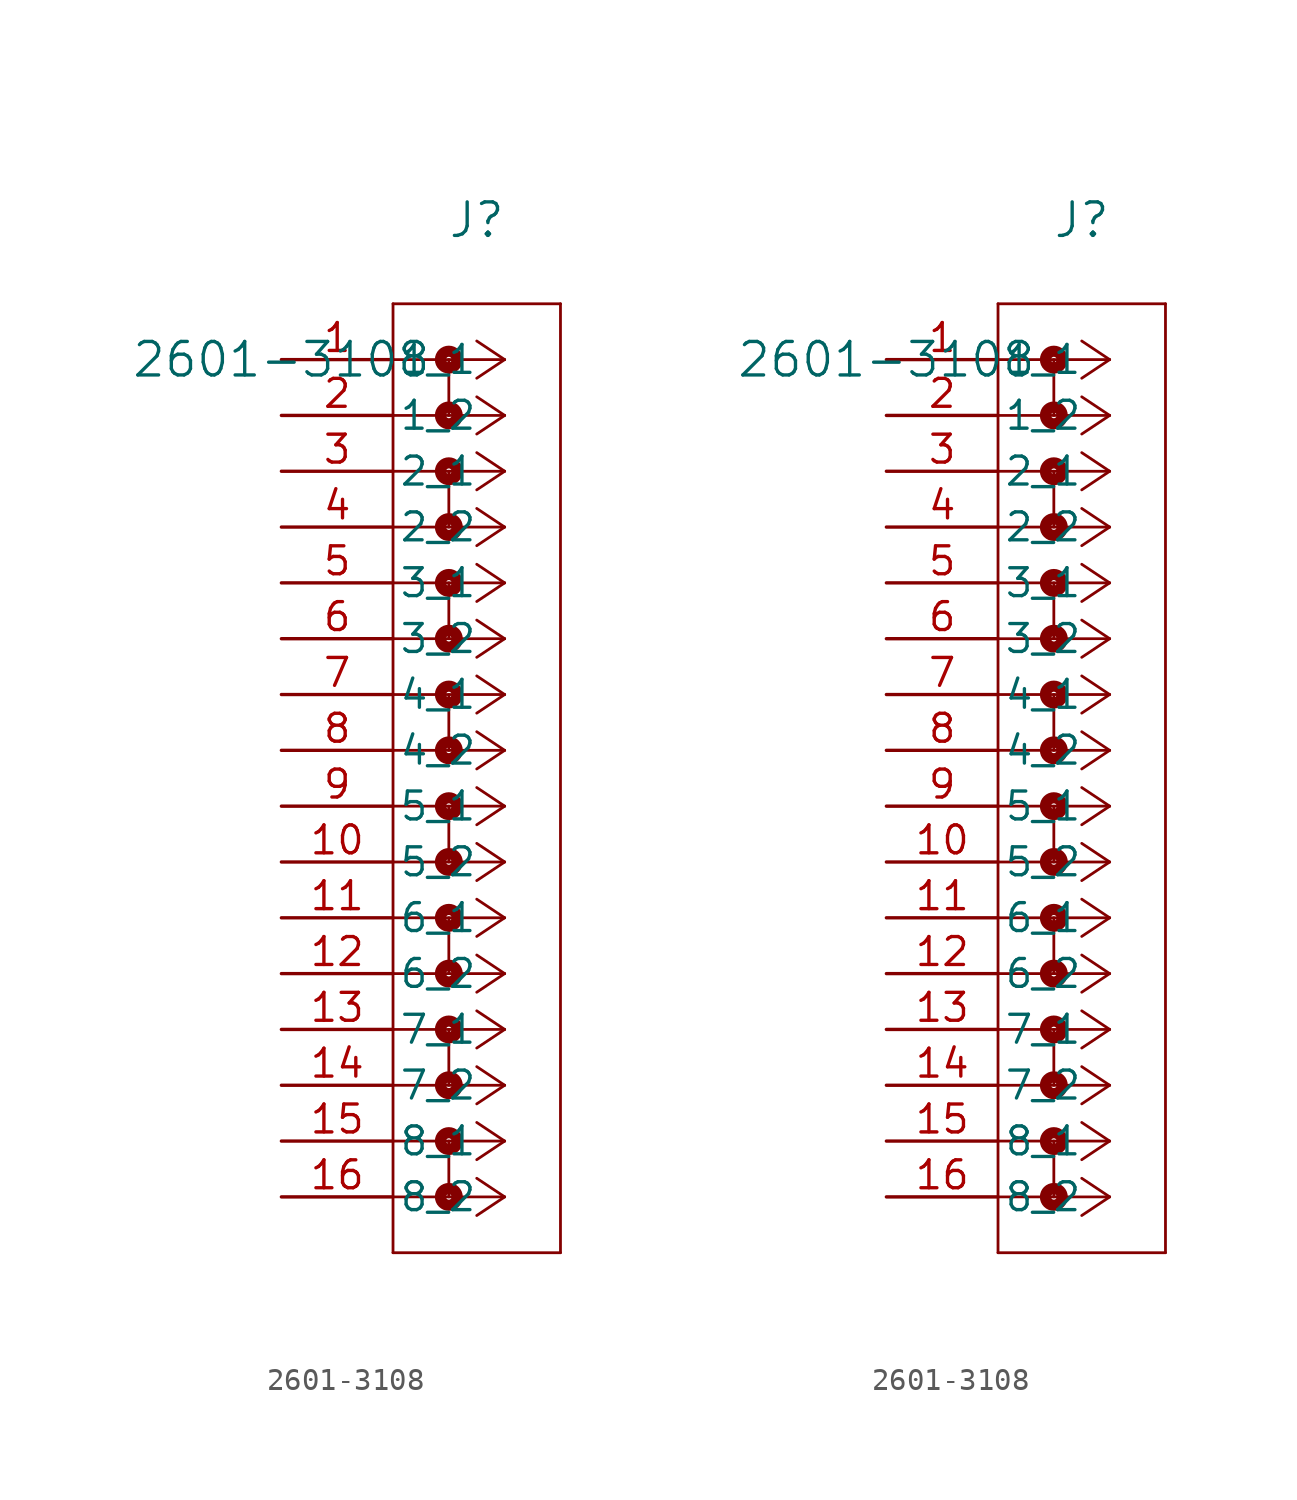
<source format=kicad_sym>
(kicad_symbol_lib
  (version 20211014)
  (generator kicad_symbol_editor)
  (symbol "2601-3108"
    (pin_names
      (offset 0.254))
    (property "Reference" "J"
      (at 8.89 6.35 0)
      (effects (font (size 1.524 1.524))))
    (property "Value" "2601-3108"
      (at 0 0 0)
      (effects (font (size 1.524 1.524))))
    (symbol "2601-3108_1_1"
      (polyline (pts (xy 10.16 0) (xy 5.08 0)) (stroke (width 0.127) (type default) (color 0 0 0 0)) (fill (type none)))
      (polyline (pts (xy 10.16 -2.54) (xy 5.08 -2.54)) (stroke (width 0.127) (type default) (color 0 0 0 0)) (fill (type none)))
      (polyline (pts (xy 10.16 -5.08) (xy 5.08 -5.08)) (stroke (width 0.127) (type default) (color 0 0 0 0)) (fill (type none)))
      (polyline (pts (xy 10.16 -7.62) (xy 5.08 -7.62)) (stroke (width 0.127) (type default) (color 0 0 0 0)) (fill (type none)))
      (polyline (pts (xy 10.16 -10.16) (xy 5.08 -10.16)) (stroke (width 0.127) (type default) (color 0 0 0 0)) (fill (type none)))
      (polyline (pts (xy 10.16 -12.7) (xy 5.08 -12.7)) (stroke (width 0.127) (type default) (color 0 0 0 0)) (fill (type none)))
      (polyline (pts (xy 10.16 -15.24) (xy 5.08 -15.24)) (stroke (width 0.127) (type default) (color 0 0 0 0)) (fill (type none)))
      (polyline (pts (xy 10.16 -17.78) (xy 5.08 -17.78)) (stroke (width 0.127) (type default) (color 0 0 0 0)) (fill (type none)))
      (polyline (pts (xy 10.16 -20.32) (xy 5.08 -20.32)) (stroke (width 0.127) (type default) (color 0 0 0 0)) (fill (type none)))
      (polyline (pts (xy 10.16 -22.86) (xy 5.08 -22.86)) (stroke (width 0.127) (type default) (color 0 0 0 0)) (fill (type none)))
      (polyline (pts (xy 10.16 -25.4) (xy 5.08 -25.4)) (stroke (width 0.127) (type default) (color 0 0 0 0)) (fill (type none)))
      (polyline (pts (xy 10.16 -27.94) (xy 5.08 -27.94)) (stroke (width 0.127) (type default) (color 0 0 0 0)) (fill (type none)))
      (polyline (pts (xy 10.16 -30.48) (xy 5.08 -30.48)) (stroke (width 0.127) (type default) (color 0 0 0 0)) (fill (type none)))
      (polyline (pts (xy 10.16 -33.02) (xy 5.08 -33.02)) (stroke (width 0.127) (type default) (color 0 0 0 0)) (fill (type none)))
      (polyline (pts (xy 10.16 -35.56) (xy 5.08 -35.56)) (stroke (width 0.127) (type default) (color 0 0 0 0)) (fill (type none)))
      (polyline (pts (xy 10.16 -38.1) (xy 5.08 -38.1)) (stroke (width 0.127) (type default) (color 0 0 0 0)) (fill (type none)))
      (polyline (pts (xy 10.16 0) (xy 8.89 0.847)) (stroke (width 0.127) (type default) (color 0 0 0 0)) (fill (type none)))
      (polyline (pts (xy 10.16 -2.54) (xy 8.89 -1.693)) (stroke (width 0.127) (type default) (color 0 0 0 0)) (fill (type none)))
      (polyline (pts (xy 10.16 -5.08) (xy 8.89 -4.233)) (stroke (width 0.127) (type default) (color 0 0 0 0)) (fill (type none)))
      (polyline (pts (xy 10.16 -7.62) (xy 8.89 -6.773)) (stroke (width 0.127) (type default) (color 0 0 0 0)) (fill (type none)))
      (polyline (pts (xy 10.16 -10.16) (xy 8.89 -9.313)) (stroke (width 0.127) (type default) (color 0 0 0 0)) (fill (type none)))
      (polyline (pts (xy 10.16 -12.7) (xy 8.89 -11.853)) (stroke (width 0.127) (type default) (color 0 0 0 0)) (fill (type none)))
      (polyline (pts (xy 10.16 -15.24) (xy 8.89 -14.393)) (stroke (width 0.127) (type default) (color 0 0 0 0)) (fill (type none)))
      (polyline (pts (xy 10.16 -17.78) (xy 8.89 -16.933)) (stroke (width 0.127) (type default) (color 0 0 0 0)) (fill (type none)))
      (polyline (pts (xy 10.16 -20.32) (xy 8.89 -19.473)) (stroke (width 0.127) (type default) (color 0 0 0 0)) (fill (type none)))
      (polyline (pts (xy 10.16 -22.86) (xy 8.89 -22.013)) (stroke (width 0.127) (type default) (color 0 0 0 0)) (fill (type none)))
      (polyline (pts (xy 10.16 -25.4) (xy 8.89 -24.553)) (stroke (width 0.127) (type default) (color 0 0 0 0)) (fill (type none)))
      (polyline (pts (xy 10.16 -27.94) (xy 8.89 -27.093)) (stroke (width 0.127) (type default) (color 0 0 0 0)) (fill (type none)))
      (polyline (pts (xy 10.16 -30.48) (xy 8.89 -29.633)) (stroke (width 0.127) (type default) (color 0 0 0 0)) (fill (type none)))
      (polyline (pts (xy 10.16 -33.02) (xy 8.89 -32.173)) (stroke (width 0.127) (type default) (color 0 0 0 0)) (fill (type none)))
      (polyline (pts (xy 10.16 -35.56) (xy 8.89 -34.713)) (stroke (width 0.127) (type default) (color 0 0 0 0)) (fill (type none)))
      (polyline (pts (xy 10.16 -38.1) (xy 8.89 -37.253)) (stroke (width 0.127) (type default) (color 0 0 0 0)) (fill (type none)))
      (polyline (pts (xy 10.16 0) (xy 8.89 -0.847)) (stroke (width 0.127) (type default) (color 0 0 0 0)) (fill (type none)))
      (polyline (pts (xy 10.16 -2.54) (xy 8.89 -3.387)) (stroke (width 0.127) (type default) (color 0 0 0 0)) (fill (type none)))
      (polyline (pts (xy 10.16 -5.08) (xy 8.89 -5.927)) (stroke (width 0.127) (type default) (color 0 0 0 0)) (fill (type none)))
      (polyline (pts (xy 10.16 -7.62) (xy 8.89 -8.467)) (stroke (width 0.127) (type default) (color 0 0 0 0)) (fill (type none)))
      (polyline (pts (xy 10.16 -10.16) (xy 8.89 -11.007)) (stroke (width 0.127) (type default) (color 0 0 0 0)) (fill (type none)))
      (polyline (pts (xy 10.16 -12.7) (xy 8.89 -13.547)) (stroke (width 0.127) (type default) (color 0 0 0 0)) (fill (type none)))
      (polyline (pts (xy 10.16 -15.24) (xy 8.89 -16.087)) (stroke (width 0.127) (type default) (color 0 0 0 0)) (fill (type none)))
      (polyline (pts (xy 10.16 -17.78) (xy 8.89 -18.627)) (stroke (width 0.127) (type default) (color 0 0 0 0)) (fill (type none)))
      (polyline (pts (xy 10.16 -20.32) (xy 8.89 -21.167)) (stroke (width 0.127) (type default) (color 0 0 0 0)) (fill (type none)))
      (polyline (pts (xy 10.16 -22.86) (xy 8.89 -23.707)) (stroke (width 0.127) (type default) (color 0 0 0 0)) (fill (type none)))
      (polyline (pts (xy 10.16 -25.4) (xy 8.89 -26.247)) (stroke (width 0.127) (type default) (color 0 0 0 0)) (fill (type none)))
      (polyline (pts (xy 10.16 -27.94) (xy 8.89 -28.787)) (stroke (width 0.127) (type default) (color 0 0 0 0)) (fill (type none)))
      (polyline (pts (xy 10.16 -30.48) (xy 8.89 -31.327)) (stroke (width 0.127) (type default) (color 0 0 0 0)) (fill (type none)))
      (polyline (pts (xy 10.16 -33.02) (xy 8.89 -33.867)) (stroke (width 0.127) (type default) (color 0 0 0 0)) (fill (type none)))
      (polyline (pts (xy 10.16 -35.56) (xy 8.89 -36.407)) (stroke (width 0.127) (type default) (color 0 0 0 0)) (fill (type none)))
      (polyline (pts (xy 10.16 -38.1) (xy 8.89 -38.947)) (stroke (width 0.127) (type default) (color 0 0 0 0)) (fill (type none)))
      (polyline (pts (xy 5.08 2.54) (xy 5.08 -40.64)) (stroke (width 0.127) (type default) (color 0 0 0 0)) (fill (type none)))
      (polyline (pts (xy 5.08 -40.64) (xy 12.7 -40.64)) (stroke (width 0.127) (type default) (color 0 0 0 0)) (fill (type none)))
      (polyline (pts (xy 12.7 -40.64) (xy 12.7 2.54)) (stroke (width 0.127) (type default) (color 0 0 0 0)) (fill (type none)))
      (polyline (pts (xy 12.7 2.54) (xy 5.08 2.54)) (stroke (width 0.127) (type default) (color 0 0 0 0)) (fill (type none)))
      (circle (center 7.62 0) (radius 0.127) (stroke (width 0.508) (type default) (color 0 0 0 0)) (fill (type none)))
      (polyline (pts (xy 7.62 0) (xy 7.62 -2.54)) (stroke (width 0.127) (type default) (color 0 0 0 0)) (fill (type none)))
      (circle (center 7.62 -2.54) (radius 0.127) (stroke (width 0.508) (type default) (color 0 0 0 0)) (fill (type none)))
      (circle (center 7.62 -5.08) (radius 0.127) (stroke (width 0.508) (type default) (color 0 0 0 0)) (fill (type none)))
      (polyline (pts (xy 7.62 -5.08) (xy 7.62 -7.62)) (stroke (width 0.127) (type default) (color 0 0 0 0)) (fill (type none)))
      (circle (center 7.62 -7.62) (radius 0.127) (stroke (width 0.508) (type default) (color 0 0 0 0)) (fill (type none)))
      (circle (center 7.62 -10.16) (radius 0.127) (stroke (width 0.508) (type default) (color 0 0 0 0)) (fill (type none)))
      (polyline (pts (xy 7.62 -10.16) (xy 7.62 -12.7)) (stroke (width 0.127) (type default) (color 0 0 0 0)) (fill (type none)))
      (circle (center 7.62 -12.7) (radius 0.127) (stroke (width 0.508) (type default) (color 0 0 0 0)) (fill (type none)))
      (circle (center 7.62 -15.24) (radius 0.127) (stroke (width 0.508) (type default) (color 0 0 0 0)) (fill (type none)))
      (polyline (pts (xy 7.62 -15.24) (xy 7.62 -17.78)) (stroke (width 0.127) (type default) (color 0 0 0 0)) (fill (type none)))
      (circle (center 7.62 -17.78) (radius 0.127) (stroke (width 0.508) (type default) (color 0 0 0 0)) (fill (type none)))
      (circle (center 7.62 -20.32) (radius 0.127) (stroke (width 0.508) (type default) (color 0 0 0 0)) (fill (type none)))
      (polyline (pts (xy 7.62 -20.32) (xy 7.62 -22.86)) (stroke (width 0.127) (type default) (color 0 0 0 0)) (fill (type none)))
      (circle (center 7.62 -22.86) (radius 0.127) (stroke (width 0.508) (type default) (color 0 0 0 0)) (fill (type none)))
      (circle (center 7.62 -25.4) (radius 0.127) (stroke (width 0.508) (type default) (color 0 0 0 0)) (fill (type none)))
      (polyline (pts (xy 7.62 -25.4) (xy 7.62 -27.94)) (stroke (width 0.127) (type default) (color 0 0 0 0)) (fill (type none)))
      (circle (center 7.62 -27.94) (radius 0.127) (stroke (width 0.508) (type default) (color 0 0 0 0)) (fill (type none)))
      (circle (center 7.62 -30.48) (radius 0.127) (stroke (width 0.508) (type default) (color 0 0 0 0)) (fill (type none)))
      (polyline (pts (xy 7.62 -30.48) (xy 7.62 -33.02)) (stroke (width 0.127) (type default) (color 0 0 0 0)) (fill (type none)))
      (circle (center 7.62 -33.02) (radius 0.127) (stroke (width 0.508) (type default) (color 0 0 0 0)) (fill (type none)))
      (circle (center 7.62 -35.56) (radius 0.127) (stroke (width 0.508) (type default) (color 0 0 0 0)) (fill (type none)))
      (polyline (pts (xy 7.62 -35.56) (xy 7.62 -38.1)) (stroke (width 0.127) (type default) (color 0 0 0 0)) (fill (type none)))
      (circle (center 7.62 -38.1) (radius 0.127) (stroke (width 0.508) (type default) (color 0 0 0 0)) (fill (type none)))
      (pin unspecified line (at 0 0 0) (length 5.08) (name "1_1" (effects (font (size 1.27 1.27)))) (number "1" (effects (font (size 1.27 1.27)))))
      (pin unspecified line (at 0 -2.54 0) (length 5.08) (name "1_2" (effects (font (size 1.27 1.27)))) (number "2" (effects (font (size 1.27 1.27)))))
      (pin unspecified line (at 0 -5.08 0) (length 5.08) (name "2_1" (effects (font (size 1.27 1.27)))) (number "3" (effects (font (size 1.27 1.27)))))
      (pin unspecified line (at 0 -7.62 0) (length 5.08) (name "2_2" (effects (font (size 1.27 1.27)))) (number "4" (effects (font (size 1.27 1.27)))))
      (pin unspecified line (at 0 -10.16 0) (length 5.08) (name "3_1" (effects (font (size 1.27 1.27)))) (number "5" (effects (font (size 1.27 1.27)))))
      (pin unspecified line (at 0 -12.7 0) (length 5.08) (name "3_2" (effects (font (size 1.27 1.27)))) (number "6" (effects (font (size 1.27 1.27)))))
      (pin unspecified line (at 0 -15.24 0) (length 5.08) (name "4_1" (effects (font (size 1.27 1.27)))) (number "7" (effects (font (size 1.27 1.27)))))
      (pin unspecified line (at 0 -17.78 0) (length 5.08) (name "4_2" (effects (font (size 1.27 1.27)))) (number "8" (effects (font (size 1.27 1.27)))))
      (pin unspecified line (at 0 -20.32 0) (length 5.08) (name "5_1" (effects (font (size 1.27 1.27)))) (number "9" (effects (font (size 1.27 1.27)))))
      (pin unspecified line (at 0 -22.86 0) (length 5.08) (name "5_2" (effects (font (size 1.27 1.27)))) (number "10" (effects (font (size 1.27 1.27)))))
      (pin unspecified line (at 0 -25.4 0) (length 5.08) (name "6_1" (effects (font (size 1.27 1.27)))) (number "11" (effects (font (size 1.27 1.27)))))
      (pin unspecified line (at 0 -27.94 0) (length 5.08) (name "6_2" (effects (font (size 1.27 1.27)))) (number "12" (effects (font (size 1.27 1.27)))))
      (pin unspecified line (at 0 -30.48 0) (length 5.08) (name "7_1" (effects (font (size 1.27 1.27)))) (number "13" (effects (font (size 1.27 1.27)))))
      (pin unspecified line (at 0 -33.02 0) (length 5.08) (name "7_2" (effects (font (size 1.27 1.27)))) (number "14" (effects (font (size 1.27 1.27)))))
      (pin unspecified line (at 0 -35.56 0) (length 5.08) (name "8_1" (effects (font (size 1.27 1.27)))) (number "15" (effects (font (size 1.27 1.27)))))
      (pin unspecified line (at 0 -38.1 0) (length 5.08) (name "8_2" (effects (font (size 1.27 1.27)))) (number "16" (effects (font (size 1.27 1.27))))))
    (symbol "2601-3108_1_2"
      (polyline (pts (xy 10.16 0) (xy 5.08 0)) (stroke (width 0.127) (type default) (color 0 0 0 0)) (fill (type none)))
      (polyline (pts (xy 10.16 -2.54) (xy 5.08 -2.54)) (stroke (width 0.127) (type default) (color 0 0 0 0)) (fill (type none)))
      (polyline (pts (xy 10.16 -5.08) (xy 5.08 -5.08)) (stroke (width 0.127) (type default) (color 0 0 0 0)) (fill (type none)))
      (polyline (pts (xy 10.16 -7.62) (xy 5.08 -7.62)) (stroke (width 0.127) (type default) (color 0 0 0 0)) (fill (type none)))
      (polyline (pts (xy 10.16 -10.16) (xy 5.08 -10.16)) (stroke (width 0.127) (type default) (color 0 0 0 0)) (fill (type none)))
      (polyline (pts (xy 10.16 -12.7) (xy 5.08 -12.7)) (stroke (width 0.127) (type default) (color 0 0 0 0)) (fill (type none)))
      (polyline (pts (xy 10.16 -15.24) (xy 5.08 -15.24)) (stroke (width 0.127) (type default) (color 0 0 0 0)) (fill (type none)))
      (polyline (pts (xy 10.16 -17.78) (xy 5.08 -17.78)) (stroke (width 0.127) (type default) (color 0 0 0 0)) (fill (type none)))
      (polyline (pts (xy 10.16 -20.32) (xy 5.08 -20.32)) (stroke (width 0.127) (type default) (color 0 0 0 0)) (fill (type none)))
      (polyline (pts (xy 10.16 -22.86) (xy 5.08 -22.86)) (stroke (width 0.127) (type default) (color 0 0 0 0)) (fill (type none)))
      (polyline (pts (xy 10.16 -25.4) (xy 5.08 -25.4)) (stroke (width 0.127) (type default) (color 0 0 0 0)) (fill (type none)))
      (polyline (pts (xy 10.16 -27.94) (xy 5.08 -27.94)) (stroke (width 0.127) (type default) (color 0 0 0 0)) (fill (type none)))
      (polyline (pts (xy 10.16 -30.48) (xy 5.08 -30.48)) (stroke (width 0.127) (type default) (color 0 0 0 0)) (fill (type none)))
      (polyline (pts (xy 10.16 -33.02) (xy 5.08 -33.02)) (stroke (width 0.127) (type default) (color 0 0 0 0)) (fill (type none)))
      (polyline (pts (xy 10.16 -35.56) (xy 5.08 -35.56)) (stroke (width 0.127) (type default) (color 0 0 0 0)) (fill (type none)))
      (polyline (pts (xy 10.16 -38.1) (xy 5.08 -38.1)) (stroke (width 0.127) (type default) (color 0 0 0 0)) (fill (type none)))
      (polyline (pts (xy 10.16 0) (xy 8.89 0.847)) (stroke (width 0.127) (type default) (color 0 0 0 0)) (fill (type none)))
      (polyline (pts (xy 10.16 -2.54) (xy 8.89 -1.693)) (stroke (width 0.127) (type default) (color 0 0 0 0)) (fill (type none)))
      (polyline (pts (xy 10.16 -5.08) (xy 8.89 -4.233)) (stroke (width 0.127) (type default) (color 0 0 0 0)) (fill (type none)))
      (polyline (pts (xy 10.16 -7.62) (xy 8.89 -6.773)) (stroke (width 0.127) (type default) (color 0 0 0 0)) (fill (type none)))
      (polyline (pts (xy 10.16 -10.16) (xy 8.89 -9.313)) (stroke (width 0.127) (type default) (color 0 0 0 0)) (fill (type none)))
      (polyline (pts (xy 10.16 -12.7) (xy 8.89 -11.853)) (stroke (width 0.127) (type default) (color 0 0 0 0)) (fill (type none)))
      (polyline (pts (xy 10.16 -15.24) (xy 8.89 -14.393)) (stroke (width 0.127) (type default) (color 0 0 0 0)) (fill (type none)))
      (polyline (pts (xy 10.16 -17.78) (xy 8.89 -16.933)) (stroke (width 0.127) (type default) (color 0 0 0 0)) (fill (type none)))
      (polyline (pts (xy 10.16 -20.32) (xy 8.89 -19.473)) (stroke (width 0.127) (type default) (color 0 0 0 0)) (fill (type none)))
      (polyline (pts (xy 10.16 -22.86) (xy 8.89 -22.013)) (stroke (width 0.127) (type default) (color 0 0 0 0)) (fill (type none)))
      (polyline (pts (xy 10.16 -25.4) (xy 8.89 -24.553)) (stroke (width 0.127) (type default) (color 0 0 0 0)) (fill (type none)))
      (polyline (pts (xy 10.16 -27.94) (xy 8.89 -27.093)) (stroke (width 0.127) (type default) (color 0 0 0 0)) (fill (type none)))
      (polyline (pts (xy 10.16 -30.48) (xy 8.89 -29.633)) (stroke (width 0.127) (type default) (color 0 0 0 0)) (fill (type none)))
      (polyline (pts (xy 10.16 -33.02) (xy 8.89 -32.173)) (stroke (width 0.127) (type default) (color 0 0 0 0)) (fill (type none)))
      (polyline (pts (xy 10.16 -35.56) (xy 8.89 -34.713)) (stroke (width 0.127) (type default) (color 0 0 0 0)) (fill (type none)))
      (polyline (pts (xy 10.16 -38.1) (xy 8.89 -37.253)) (stroke (width 0.127) (type default) (color 0 0 0 0)) (fill (type none)))
      (polyline (pts (xy 10.16 0) (xy 8.89 -0.847)) (stroke (width 0.127) (type default) (color 0 0 0 0)) (fill (type none)))
      (polyline (pts (xy 10.16 -2.54) (xy 8.89 -3.387)) (stroke (width 0.127) (type default) (color 0 0 0 0)) (fill (type none)))
      (polyline (pts (xy 10.16 -5.08) (xy 8.89 -5.927)) (stroke (width 0.127) (type default) (color 0 0 0 0)) (fill (type none)))
      (polyline (pts (xy 10.16 -7.62) (xy 8.89 -8.467)) (stroke (width 0.127) (type default) (color 0 0 0 0)) (fill (type none)))
      (polyline (pts (xy 10.16 -10.16) (xy 8.89 -11.007)) (stroke (width 0.127) (type default) (color 0 0 0 0)) (fill (type none)))
      (polyline (pts (xy 10.16 -12.7) (xy 8.89 -13.547)) (stroke (width 0.127) (type default) (color 0 0 0 0)) (fill (type none)))
      (polyline (pts (xy 10.16 -15.24) (xy 8.89 -16.087)) (stroke (width 0.127) (type default) (color 0 0 0 0)) (fill (type none)))
      (polyline (pts (xy 10.16 -17.78) (xy 8.89 -18.627)) (stroke (width 0.127) (type default) (color 0 0 0 0)) (fill (type none)))
      (polyline (pts (xy 10.16 -20.32) (xy 8.89 -21.167)) (stroke (width 0.127) (type default) (color 0 0 0 0)) (fill (type none)))
      (polyline (pts (xy 10.16 -22.86) (xy 8.89 -23.707)) (stroke (width 0.127) (type default) (color 0 0 0 0)) (fill (type none)))
      (polyline (pts (xy 10.16 -25.4) (xy 8.89 -26.247)) (stroke (width 0.127) (type default) (color 0 0 0 0)) (fill (type none)))
      (polyline (pts (xy 10.16 -27.94) (xy 8.89 -28.787)) (stroke (width 0.127) (type default) (color 0 0 0 0)) (fill (type none)))
      (polyline (pts (xy 10.16 -30.48) (xy 8.89 -31.327)) (stroke (width 0.127) (type default) (color 0 0 0 0)) (fill (type none)))
      (polyline (pts (xy 10.16 -33.02) (xy 8.89 -33.867)) (stroke (width 0.127) (type default) (color 0 0 0 0)) (fill (type none)))
      (polyline (pts (xy 10.16 -35.56) (xy 8.89 -36.407)) (stroke (width 0.127) (type default) (color 0 0 0 0)) (fill (type none)))
      (polyline (pts (xy 10.16 -38.1) (xy 8.89 -38.947)) (stroke (width 0.127) (type default) (color 0 0 0 0)) (fill (type none)))
      (polyline (pts (xy 5.08 2.54) (xy 5.08 -40.64)) (stroke (width 0.127) (type default) (color 0 0 0 0)) (fill (type none)))
      (polyline (pts (xy 5.08 -40.64) (xy 12.7 -40.64)) (stroke (width 0.127) (type default) (color 0 0 0 0)) (fill (type none)))
      (polyline (pts (xy 12.7 -40.64) (xy 12.7 2.54)) (stroke (width 0.127) (type default) (color 0 0 0 0)) (fill (type none)))
      (polyline (pts (xy 12.7 2.54) (xy 5.08 2.54)) (stroke (width 0.127) (type default) (color 0 0 0 0)) (fill (type none)))
      (circle (center 7.62 0) (radius 0.127) (stroke (width 0.508) (type default) (color 0 0 0 0)) (fill (type none)))
      (polyline (pts (xy 7.62 0) (xy 7.62 -2.54)) (stroke (width 0.127) (type default) (color 0 0 0 0)) (fill (type none)))
      (circle (center 7.62 -2.54) (radius 0.127) (stroke (width 0.508) (type default) (color 0 0 0 0)) (fill (type none)))
      (circle (center 7.62 -5.08) (radius 0.127) (stroke (width 0.508) (type default) (color 0 0 0 0)) (fill (type none)))
      (polyline (pts (xy 7.62 -5.08) (xy 7.62 -7.62)) (stroke (width 0.127) (type default) (color 0 0 0 0)) (fill (type none)))
      (circle (center 7.62 -7.62) (radius 0.127) (stroke (width 0.508) (type default) (color 0 0 0 0)) (fill (type none)))
      (circle (center 7.62 -10.16) (radius 0.127) (stroke (width 0.508) (type default) (color 0 0 0 0)) (fill (type none)))
      (polyline (pts (xy 7.62 -10.16) (xy 7.62 -12.7)) (stroke (width 0.127) (type default) (color 0 0 0 0)) (fill (type none)))
      (circle (center 7.62 -12.7) (radius 0.127) (stroke (width 0.508) (type default) (color 0 0 0 0)) (fill (type none)))
      (circle (center 7.62 -15.24) (radius 0.127) (stroke (width 0.508) (type default) (color 0 0 0 0)) (fill (type none)))
      (polyline (pts (xy 7.62 -15.24) (xy 7.62 -17.78)) (stroke (width 0.127) (type default) (color 0 0 0 0)) (fill (type none)))
      (circle (center 7.62 -17.78) (radius 0.127) (stroke (width 0.508) (type default) (color 0 0 0 0)) (fill (type none)))
      (circle (center 7.62 -20.32) (radius 0.127) (stroke (width 0.508) (type default) (color 0 0 0 0)) (fill (type none)))
      (polyline (pts (xy 7.62 -20.32) (xy 7.62 -22.86)) (stroke (width 0.127) (type default) (color 0 0 0 0)) (fill (type none)))
      (circle (center 7.62 -22.86) (radius 0.127) (stroke (width 0.508) (type default) (color 0 0 0 0)) (fill (type none)))
      (circle (center 7.62 -25.4) (radius 0.127) (stroke (width 0.508) (type default) (color 0 0 0 0)) (fill (type none)))
      (polyline (pts (xy 7.62 -25.4) (xy 7.62 -27.94)) (stroke (width 0.127) (type default) (color 0 0 0 0)) (fill (type none)))
      (circle (center 7.62 -27.94) (radius 0.127) (stroke (width 0.508) (type default) (color 0 0 0 0)) (fill (type none)))
      (circle (center 7.62 -30.48) (radius 0.127) (stroke (width 0.508) (type default) (color 0 0 0 0)) (fill (type none)))
      (polyline (pts (xy 7.62 -30.48) (xy 7.62 -33.02)) (stroke (width 0.127) (type default) (color 0 0 0 0)) (fill (type none)))
      (circle (center 7.62 -33.02) (radius 0.127) (stroke (width 0.508) (type default) (color 0 0 0 0)) (fill (type none)))
      (circle (center 7.62 -35.56) (radius 0.127) (stroke (width 0.508) (type default) (color 0 0 0 0)) (fill (type none)))
      (polyline (pts (xy 7.62 -35.56) (xy 7.62 -38.1)) (stroke (width 0.127) (type default) (color 0 0 0 0)) (fill (type none)))
      (circle (center 7.62 -38.1) (radius 0.127) (stroke (width 0.508) (type default) (color 0 0 0 0)) (fill (type none)))
      (pin unspecified line (at 0 0 0) (length 5.08) (name "1_1" (effects (font (size 1.27 1.27)))) (number "1" (effects (font (size 1.27 1.27)))))
      (pin unspecified line (at 0 -2.54 0) (length 5.08) (name "1_2" (effects (font (size 1.27 1.27)))) (number "2" (effects (font (size 1.27 1.27)))))
      (pin unspecified line (at 0 -5.08 0) (length 5.08) (name "2_1" (effects (font (size 1.27 1.27)))) (number "3" (effects (font (size 1.27 1.27)))))
      (pin unspecified line (at 0 -7.62 0) (length 5.08) (name "2_2" (effects (font (size 1.27 1.27)))) (number "4" (effects (font (size 1.27 1.27)))))
      (pin unspecified line (at 0 -10.16 0) (length 5.08) (name "3_1" (effects (font (size 1.27 1.27)))) (number "5" (effects (font (size 1.27 1.27)))))
      (pin unspecified line (at 0 -12.7 0) (length 5.08) (name "3_2" (effects (font (size 1.27 1.27)))) (number "6" (effects (font (size 1.27 1.27)))))
      (pin unspecified line (at 0 -15.24 0) (length 5.08) (name "4_1" (effects (font (size 1.27 1.27)))) (number "7" (effects (font (size 1.27 1.27)))))
      (pin unspecified line (at 0 -17.78 0) (length 5.08) (name "4_2" (effects (font (size 1.27 1.27)))) (number "8" (effects (font (size 1.27 1.27)))))
      (pin unspecified line (at 0 -20.32 0) (length 5.08) (name "5_1" (effects (font (size 1.27 1.27)))) (number "9" (effects (font (size 1.27 1.27)))))
      (pin unspecified line (at 0 -22.86 0) (length 5.08) (name "5_2" (effects (font (size 1.27 1.27)))) (number "10" (effects (font (size 1.27 1.27)))))
      (pin unspecified line (at 0 -25.4 0) (length 5.08) (name "6_1" (effects (font (size 1.27 1.27)))) (number "11" (effects (font (size 1.27 1.27)))))
      (pin unspecified line (at 0 -27.94 0) (length 5.08) (name "6_2" (effects (font (size 1.27 1.27)))) (number "12" (effects (font (size 1.27 1.27)))))
      (pin unspecified line (at 0 -30.48 0) (length 5.08) (name "7_1" (effects (font (size 1.27 1.27)))) (number "13" (effects (font (size 1.27 1.27)))))
      (pin unspecified line (at 0 -33.02 0) (length 5.08) (name "7_2" (effects (font (size 1.27 1.27)))) (number "14" (effects (font (size 1.27 1.27)))))
      (pin unspecified line (at 0 -35.56 0) (length 5.08) (name "8_1" (effects (font (size 1.27 1.27)))) (number "15" (effects (font (size 1.27 1.27)))))
      (pin unspecified line (at 0 -38.1 0) (length 5.08) (name "8_2" (effects (font (size 1.27 1.27)))) (number "16" (effects (font (size 1.27 1.27))))))))
</source>
